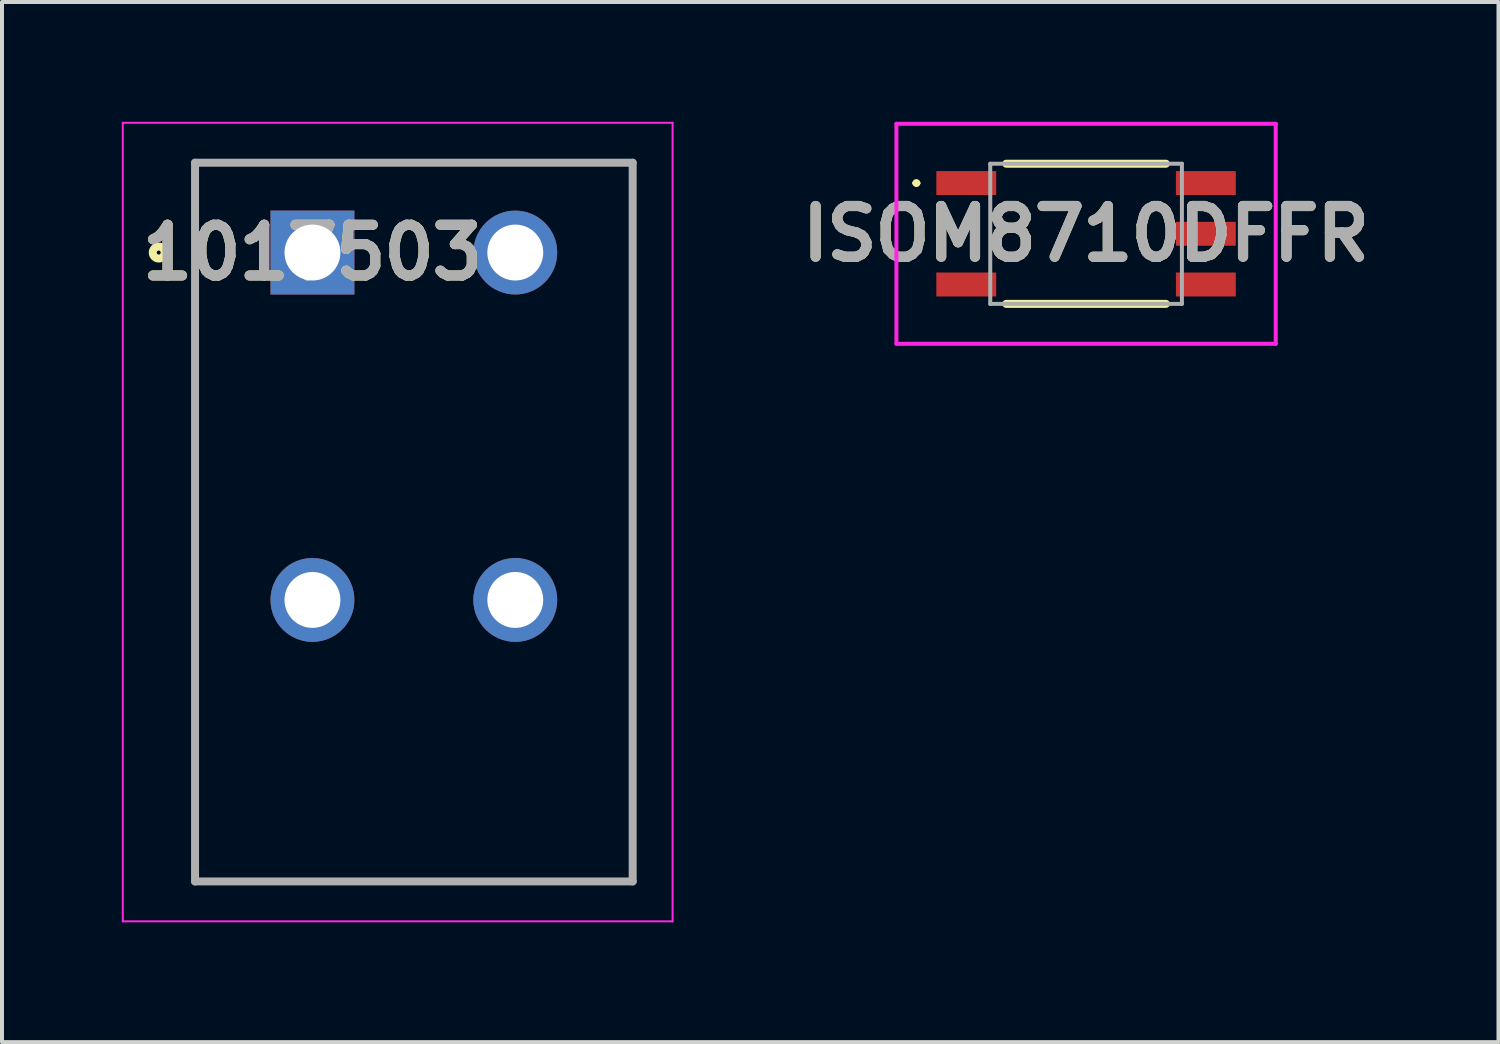
<source format=kicad_pcb>
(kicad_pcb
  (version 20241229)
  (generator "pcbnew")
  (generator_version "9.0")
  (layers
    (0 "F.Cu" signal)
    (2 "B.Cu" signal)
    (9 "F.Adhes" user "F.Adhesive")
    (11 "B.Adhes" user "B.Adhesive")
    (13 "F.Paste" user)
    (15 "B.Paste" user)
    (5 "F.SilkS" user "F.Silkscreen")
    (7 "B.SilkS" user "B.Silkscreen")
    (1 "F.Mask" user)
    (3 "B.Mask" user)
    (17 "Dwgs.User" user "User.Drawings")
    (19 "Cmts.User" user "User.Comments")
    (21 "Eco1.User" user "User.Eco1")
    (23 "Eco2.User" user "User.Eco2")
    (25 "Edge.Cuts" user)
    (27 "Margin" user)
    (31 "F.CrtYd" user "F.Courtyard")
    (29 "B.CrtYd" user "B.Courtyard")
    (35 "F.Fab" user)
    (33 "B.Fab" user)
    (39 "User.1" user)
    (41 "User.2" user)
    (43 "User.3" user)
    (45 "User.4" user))
  (footprint "1017503"
    (layer "F.Cu")
    (at 4.775 3.275)
    (property "Reference" "1017503" (at 0 0 0) (layer "F.SilkS") (effects (font (size 1.27 1.27) (thickness 0.254))))
    (attr through_hole)
    (fp_line (start -2.94 -2.25) (end 8.02 -2.25) (stroke (width 0.1) (type solid)) (layer "F.SilkS"))
    (fp_line (start -2.94 15.75) (end -2.94 -2.25) (stroke (width 0.1) (type solid)) (layer "F.SilkS"))
    (fp_line (start 8.02 -2.25) (end 8.02 15.75) (stroke (width 0.1) (type solid)) (layer "F.SilkS"))
    (fp_line (start 8.02 15.75) (end -2.94 15.75) (stroke (width 0.1) (type solid)) (layer "F.SilkS"))
    (fp_circle (center -3.85 0) (end -3.85 0.05) (stroke (width 0.2) (type solid)) (fill no) (layer "F.SilkS"))
    (fp_line (start -4.75 -3.25) (end 9.02 -3.25) (stroke (width 0.05) (type solid)) (layer "F.CrtYd"))
    (fp_line (start -4.75 16.75) (end -4.75 -3.25) (stroke (width 0.05) (type solid)) (layer "F.CrtYd"))
    (fp_line (start 9.02 -3.25) (end 9.02 16.75) (stroke (width 0.05) (type solid)) (layer "F.CrtYd"))
    (fp_line (start 9.02 16.75) (end -4.75 16.75) (stroke (width 0.05) (type solid)) (layer "F.CrtYd"))
    (fp_line (start -2.94 -2.25) (end 8.02 -2.25) (stroke (width 0.2) (type solid)) (layer "F.Fab"))
    (fp_line (start -2.94 15.75) (end -2.94 -2.25) (stroke (width 0.2) (type solid)) (layer "F.Fab"))
    (fp_line (start 8.02 -2.25) (end 8.02 15.75) (stroke (width 0.2) (type solid)) (layer "F.Fab"))
    (fp_line (start 8.02 15.75) (end -2.94 15.75) (stroke (width 0.2) (type solid)) (layer "F.Fab"))
    (fp_text user "${REFERENCE}" (at 0 0 0) (layer "F.Fab") (effects (font (size 1.27 1.27) (thickness 0.254))))
    (pad "1" thru_hole rect (at 0 0) (size 2.1 2.1) (drill 1.4) (layers "*.Cu" "*.Mask"))
    (pad "2" thru_hole circle (at 0 8.7) (size 2.1 2.1) (drill 1.4) (layers "*.Cu" "*.Mask"))
    (pad "3" thru_hole circle (at 5.08 0) (size 2.1 2.1) (drill 1.4) (layers "*.Cu" "*.Mask"))
    (pad "4" thru_hole circle (at 5.08 8.7) (size 2.1 2.1) (drill 1.4) (layers "*.Cu" "*.Mask")))
  (footprint "ISOM8710DFFR"
    (layer "F.Cu")
    (at 24.15 2.805)
    (property "Reference" "ISOM8710DFFR" (at 0 0 0) (layer "F.SilkS") (effects (font (size 1.27 1.27) (thickness 0.254))))
    (attr smd)
    (fp_line (start -4.3 -1.27) (end -4.3 -1.27) (stroke (width 0.1) (type solid)) (layer "F.SilkS"))
    (fp_line (start -4.2 -1.27) (end -4.2 -1.27) (stroke (width 0.1) (type solid)) (layer "F.SilkS"))
    (fp_line (start -2 -1.755) (end 2 -1.755) (stroke (width 0.2) (type solid)) (layer "F.SilkS"))
    (fp_line (start -2 1.755) (end 2 1.755) (stroke (width 0.2) (type solid)) (layer "F.SilkS"))
    (fp_arc (start -4.3 -1.27) (mid -4.25 -1.32) (end -4.2 -1.27) (stroke (width 0.1) (type solid)) (layer "F.SilkS"))
    (fp_arc (start -4.2 -1.27) (mid -4.25 -1.22) (end -4.3 -1.27) (stroke (width 0.1) (type solid)) (layer "F.SilkS"))
    (fp_line (start -4.75 -2.755) (end 4.75 -2.755) (stroke (width 0.1) (type solid)) (layer "F.CrtYd"))
    (fp_line (start -4.75 2.755) (end -4.75 -2.755) (stroke (width 0.1) (type solid)) (layer "F.CrtYd"))
    (fp_line (start 4.75 -2.755) (end 4.75 2.755) (stroke (width 0.1) (type solid)) (layer "F.CrtYd"))
    (fp_line (start 4.75 2.755) (end -4.75 2.755) (stroke (width 0.1) (type solid)) (layer "F.CrtYd"))
    (fp_line (start -2.4 -1.755) (end 2.4 -1.755) (stroke (width 0.1) (type solid)) (layer "F.Fab"))
    (fp_line (start -2.4 1.755) (end -2.4 -1.755) (stroke (width 0.1) (type solid)) (layer "F.Fab"))
    (fp_line (start 2.4 -1.755) (end 2.4 1.755) (stroke (width 0.1) (type solid)) (layer "F.Fab"))
    (fp_line (start 2.4 1.755) (end -2.4 1.755) (stroke (width 0.1) (type solid)) (layer "F.Fab"))
    (fp_text user "${REFERENCE}" (at 0 0 0) (layer "F.Fab") (effects (font (size 1.27 1.27) (thickness 0.254))))
    (pad "1" smd rect (at -3 -1.27 90) (size 0.6 1.5) (layers "F.Cu" "F.Mask" "F.Paste"))
    (pad "2" smd rect (at -3 1.27 90) (size 0.6 1.5) (layers "F.Cu" "F.Mask" "F.Paste"))
    (pad "3" smd rect (at 3 1.27 90) (size 0.6 1.5) (layers "F.Cu" "F.Mask" "F.Paste"))
    (pad "4" smd rect (at 3 0 90) (size 0.6 1.5) (layers "F.Cu" "F.Mask" "F.Paste"))
    (pad "5" smd rect (at 3 -1.27 90) (size 0.6 1.5) (layers "F.Cu" "F.Mask" "F.Paste")))
  (gr_rect
    (start -3 -3)
    (end 34.479 23.05)
    (stroke (width 0.1) (type default))
    (fill no)
    (layer "Edge.Cuts")))
</source>
